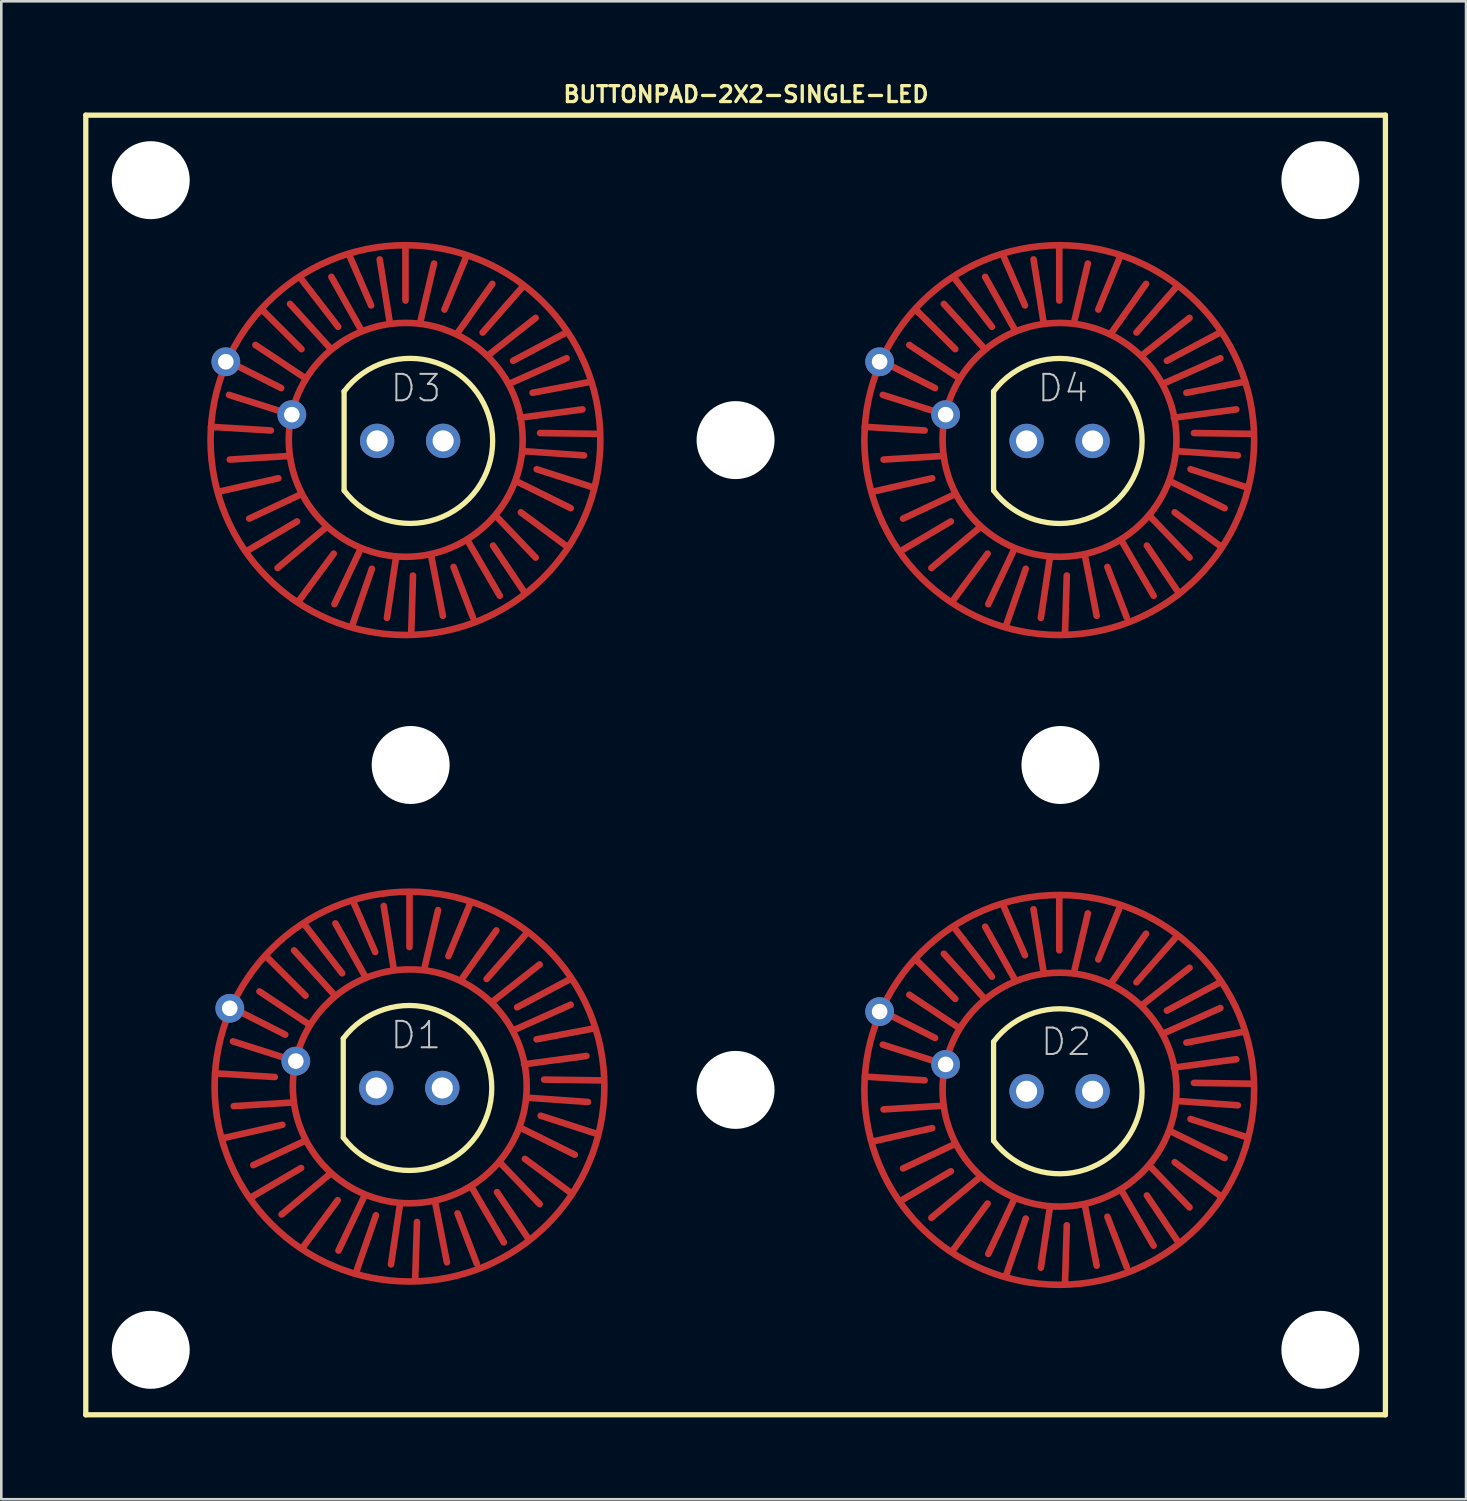
<source format=kicad_pcb>
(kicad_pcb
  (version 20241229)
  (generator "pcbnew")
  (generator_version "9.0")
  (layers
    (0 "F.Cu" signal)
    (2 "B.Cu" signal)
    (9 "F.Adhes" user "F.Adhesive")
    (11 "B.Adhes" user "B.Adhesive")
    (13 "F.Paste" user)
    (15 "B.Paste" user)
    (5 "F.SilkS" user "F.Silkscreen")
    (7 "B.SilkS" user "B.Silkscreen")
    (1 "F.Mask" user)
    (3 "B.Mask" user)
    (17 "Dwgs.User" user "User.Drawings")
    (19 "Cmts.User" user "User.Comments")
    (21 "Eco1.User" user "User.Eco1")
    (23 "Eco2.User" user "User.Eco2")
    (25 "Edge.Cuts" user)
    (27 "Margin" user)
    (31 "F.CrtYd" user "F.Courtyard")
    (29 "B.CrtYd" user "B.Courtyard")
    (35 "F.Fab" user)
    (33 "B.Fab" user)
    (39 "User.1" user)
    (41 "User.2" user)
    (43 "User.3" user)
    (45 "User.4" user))
  (footprint "BUTTONPAD-2X2-SINGLE-LED"
    (layer "F.Cu")
    (at 0.25 51.38)
    (property "Reference" "BUTTONPAD-2X2-SINGLE-LED" (at 25.4 -50.8 0) (layer "F.SilkS") (effects (font (size 0.61 0.61) (thickness 0.127))))
    (attr exclude_from_pos_files exclude_from_bom)
    (fp_line (start 4.818 -38.009) (end 7.12 -37.869) (stroke (width 0.254) (type solid)) (layer "F.Cu"))
    (fp_line (start 4.973 -13.137) (end 7.272 -12.995) (stroke (width 0.254) (type solid)) (layer "F.Cu"))
    (fp_line (start 5.138 -35.519) (end 7.409 -36.03) (stroke (width 0.254) (type solid)) (layer "F.Cu"))
    (fp_line (start 5.293 -10.645) (end 7.562 -11.156) (stroke (width 0.254) (type solid)) (layer "F.Cu"))
    (fp_line (start 5.458 -40.538) (end 7.518 -39.5) (stroke (width 0.254) (type solid)) (layer "F.Cu"))
    (fp_line (start 5.613 -15.667) (end 7.673 -14.625) (stroke (width 0.254) (type solid)) (layer "F.Cu"))
    (fp_line (start 6.228 -33.249) (end 8.128 -34.369) (stroke (width 0.254) (type solid)) (layer "F.Cu"))
    (fp_line (start 6.383 -8.377) (end 8.283 -9.495) (stroke (width 0.254) (type solid)) (layer "F.Cu"))
    (fp_line (start 6.8 -42.499) (end 8.298 -40.998) (stroke (width 0.254) (type solid)) (layer "F.Cu"))
    (fp_line (start 6.952 -17.625) (end 8.453 -16.126) (stroke (width 0.254) (type solid)) (layer "F.Cu"))
    (fp_line (start 7.838 -38.499) (end 5.509 -39.238) (stroke (width 0.254) (type solid)) (layer "F.Cu"))
    (fp_line (start 7.838 -36.888) (end 5.54 -36.749) (stroke (width 0.254) (type solid)) (layer "F.Cu"))
    (fp_line (start 7.993 -13.625) (end 5.662 -14.366) (stroke (width 0.254) (type solid)) (layer "F.Cu"))
    (fp_line (start 7.993 -12.017) (end 5.692 -11.874) (stroke (width 0.254) (type solid)) (layer "F.Cu"))
    (fp_line (start 8.209 -31.328) (end 9.538 -33.129) (stroke (width 0.254) (type solid)) (layer "F.Cu"))
    (fp_line (start 8.288 -43.698) (end 9.708 -41.859) (stroke (width 0.254) (type solid)) (layer "F.Cu"))
    (fp_line (start 8.288 -35.418) (end 6.289 -34.478) (stroke (width 0.254) (type solid)) (layer "F.Cu"))
    (fp_line (start 8.362 -6.457) (end 9.693 -8.255) (stroke (width 0.254) (type solid)) (layer "F.Cu"))
    (fp_line (start 8.443 -18.826) (end 9.863 -16.985) (stroke (width 0.254) (type solid)) (layer "F.Cu"))
    (fp_line (start 8.443 -10.546) (end 6.444 -9.606) (stroke (width 0.254) (type solid)) (layer "F.Cu"))
    (fp_line (start 8.448 -39.878) (end 6.528 -41.158) (stroke (width 0.254) (type solid)) (layer "F.Cu"))
    (fp_line (start 8.603 -15.006) (end 6.683 -16.286) (stroke (width 0.254) (type solid)) (layer "F.Cu"))
    (fp_line (start 9.228 -34.13) (end 7.379 -32.578) (stroke (width 0.254) (type solid)) (layer "F.Cu"))
    (fp_line (start 9.383 -9.256) (end 7.534 -7.706) (stroke (width 0.254) (type solid)) (layer "F.Cu"))
    (fp_line (start 9.388 -41.049) (end 7.859 -42.738) (stroke (width 0.254) (type solid)) (layer "F.Cu"))
    (fp_line (start 9.543 -16.175) (end 8.014 -17.866) (stroke (width 0.254) (type solid)) (layer "F.Cu"))
    (fp_line (start 10.14 -44.607) (end 10.978 -42.68) (stroke (width 0.254) (type solid)) (layer "F.Cu"))
    (fp_line (start 10.269 -30.419) (end 11.008 -32.548) (stroke (width 0.254) (type solid)) (layer "F.Cu"))
    (fp_line (start 10.292 -19.736) (end 11.133 -17.805) (stroke (width 0.254) (type solid)) (layer "F.Cu"))
    (fp_line (start 10.422 -5.545) (end 11.163 -7.676) (stroke (width 0.254) (type solid)) (layer "F.Cu"))
    (fp_line (start 10.559 -41.798) (end 9.449 -43.779) (stroke (width 0.254) (type solid)) (layer "F.Cu"))
    (fp_line (start 10.559 -33.279) (end 9.568 -31.189) (stroke (width 0.254) (type solid)) (layer "F.Cu"))
    (fp_line (start 10.714 -16.927) (end 9.604 -18.905) (stroke (width 0.254) (type solid)) (layer "F.Cu"))
    (fp_line (start 10.714 -8.405) (end 9.723 -6.317) (stroke (width 0.254) (type solid)) (layer "F.Cu"))
    (fp_line (start 11.689 -42.067) (end 11.308 -44.45) (stroke (width 0.254) (type solid)) (layer "F.Cu"))
    (fp_line (start 11.841 -17.196) (end 11.463 -19.576) (stroke (width 0.254) (type solid)) (layer "F.Cu"))
    (fp_line (start 11.928 -32.929) (end 11.587 -30.658) (stroke (width 0.254) (type solid)) (layer "F.Cu"))
    (fp_line (start 12.083 -8.057) (end 11.742 -5.786) (stroke (width 0.254) (type solid)) (layer "F.Cu"))
    (fp_line (start 12.299 -44.958) (end 12.299 -42.868) (stroke (width 0.254) (type solid)) (layer "F.Cu"))
    (fp_line (start 12.454 -20.086) (end 12.454 -17.996) (stroke (width 0.254) (type solid)) (layer "F.Cu"))
    (fp_line (start 12.52 -30.058) (end 12.588 -32.288) (stroke (width 0.254) (type solid)) (layer "F.Cu"))
    (fp_line (start 12.672 -5.187) (end 12.743 -7.417) (stroke (width 0.254) (type solid)) (layer "F.Cu"))
    (fp_line (start 12.888 -42.118) (end 13.399 -44.29) (stroke (width 0.254) (type solid)) (layer "F.Cu"))
    (fp_line (start 13.043 -17.247) (end 13.553 -19.416) (stroke (width 0.254) (type solid)) (layer "F.Cu"))
    (fp_line (start 13.289 -33.038) (end 13.739 -30.739) (stroke (width 0.254) (type solid)) (layer "F.Cu"))
    (fp_line (start 13.442 -8.166) (end 13.894 -5.865) (stroke (width 0.254) (type solid)) (layer "F.Cu"))
    (fp_line (start 14.28 -41.59) (end 15.639 -43.508) (stroke (width 0.254) (type solid)) (layer "F.Cu"))
    (fp_line (start 14.432 -16.716) (end 15.794 -18.636) (stroke (width 0.254) (type solid)) (layer "F.Cu"))
    (fp_line (start 14.628 -44.529) (end 13.8 -42.52) (stroke (width 0.254) (type solid)) (layer "F.Cu"))
    (fp_line (start 14.709 -33.599) (end 15.928 -31.509) (stroke (width 0.254) (type solid)) (layer "F.Cu"))
    (fp_line (start 14.783 -19.655) (end 13.952 -17.645) (stroke (width 0.254) (type solid)) (layer "F.Cu"))
    (fp_line (start 14.862 -8.725) (end 16.083 -6.634) (stroke (width 0.254) (type solid)) (layer "F.Cu"))
    (fp_line (start 14.889 -30.688) (end 14.148 -32.619) (stroke (width 0.254) (type solid)) (layer "F.Cu"))
    (fp_line (start 15.042 -5.817) (end 14.303 -7.747) (stroke (width 0.254) (type solid)) (layer "F.Cu"))
    (fp_line (start 15.479 -40.759) (end 17.308 -42.2) (stroke (width 0.254) (type solid)) (layer "F.Cu"))
    (fp_line (start 15.634 -15.885) (end 17.462 -17.325) (stroke (width 0.254) (type solid)) (layer "F.Cu"))
    (fp_line (start 15.799 -34.559) (end 17.308 -32.979) (stroke (width 0.254) (type solid)) (layer "F.Cu"))
    (fp_line (start 15.954 -9.685) (end 17.462 -8.105) (stroke (width 0.254) (type solid)) (layer "F.Cu"))
    (fp_line (start 16.279 -39.66) (end 18.499 -40.648) (stroke (width 0.254) (type solid)) (layer "F.Cu"))
    (fp_line (start 16.434 -14.785) (end 18.654 -15.776) (stroke (width 0.254) (type solid)) (layer "F.Cu"))
    (fp_line (start 16.599 -35.898) (end 18.659 -34.879) (stroke (width 0.254) (type solid)) (layer "F.Cu"))
    (fp_line (start 16.708 -38.359) (end 19.108 -38.679) (stroke (width 0.254) (type solid)) (layer "F.Cu"))
    (fp_line (start 16.754 -11.026) (end 18.814 -10.005) (stroke (width 0.254) (type solid)) (layer "F.Cu"))
    (fp_line (start 16.82 -43.409) (end 15.268 -41.638) (stroke (width 0.254) (type solid)) (layer "F.Cu"))
    (fp_line (start 16.838 -31.699) (end 15.669 -33.439) (stroke (width 0.254) (type solid)) (layer "F.Cu"))
    (fp_line (start 16.863 -13.485) (end 19.263 -13.805) (stroke (width 0.254) (type solid)) (layer "F.Cu"))
    (fp_line (start 16.899 -37.069) (end 19.169 -36.909) (stroke (width 0.254) (type solid)) (layer "F.Cu"))
    (fp_line (start 16.972 -18.537) (end 15.423 -16.767) (stroke (width 0.254) (type solid)) (layer "F.Cu"))
    (fp_line (start 16.993 -6.825) (end 15.822 -8.565) (stroke (width 0.254) (type solid)) (layer "F.Cu"))
    (fp_line (start 17.054 -12.195) (end 19.322 -12.035) (stroke (width 0.254) (type solid)) (layer "F.Cu"))
    (fp_line (start 18.448 -41.618) (end 16.439 -40.549) (stroke (width 0.254) (type solid)) (layer "F.Cu"))
    (fp_line (start 18.468 -33.439) (end 16.739 -34.719) (stroke (width 0.254) (type solid)) (layer "F.Cu"))
    (fp_line (start 18.603 -16.746) (end 16.594 -15.677) (stroke (width 0.254) (type solid)) (layer "F.Cu"))
    (fp_line (start 18.623 -8.565) (end 16.894 -9.845) (stroke (width 0.254) (type solid)) (layer "F.Cu"))
    (fp_line (start 19.408 -39.738) (end 17.188 -39.319) (stroke (width 0.254) (type solid)) (layer "F.Cu"))
    (fp_line (start 19.52 -35.679) (end 17.348 -36.378) (stroke (width 0.254) (type solid)) (layer "F.Cu"))
    (fp_line (start 19.563 -14.867) (end 17.343 -14.445) (stroke (width 0.254) (type solid)) (layer "F.Cu"))
    (fp_line (start 19.672 -10.805) (end 17.503 -11.506) (stroke (width 0.254) (type solid)) (layer "F.Cu"))
    (fp_line (start 19.68 -37.739) (end 17.478 -37.77) (stroke (width 0.254) (type solid)) (layer "F.Cu"))
    (fp_line (start 19.832 -12.865) (end 17.633 -12.896) (stroke (width 0.254) (type solid)) (layer "F.Cu"))
    (fp_line (start 29.972 -38.009) (end 32.273 -37.869) (stroke (width 0.254) (type solid)) (layer "F.Cu"))
    (fp_line (start 29.972 -13.01) (end 32.273 -12.868) (stroke (width 0.254) (type solid)) (layer "F.Cu"))
    (fp_line (start 30.292 -35.519) (end 32.563 -36.03) (stroke (width 0.254) (type solid)) (layer "F.Cu"))
    (fp_line (start 30.292 -10.518) (end 32.563 -11.029) (stroke (width 0.254) (type solid)) (layer "F.Cu"))
    (fp_line (start 30.612 -40.538) (end 32.672 -39.5) (stroke (width 0.254) (type solid)) (layer "F.Cu"))
    (fp_line (start 30.612 -15.54) (end 32.672 -14.498) (stroke (width 0.254) (type solid)) (layer "F.Cu"))
    (fp_line (start 31.382 -33.249) (end 33.282 -34.369) (stroke (width 0.254) (type solid)) (layer "F.Cu"))
    (fp_line (start 31.382 -8.25) (end 33.282 -9.368) (stroke (width 0.254) (type solid)) (layer "F.Cu"))
    (fp_line (start 31.953 -42.499) (end 33.452 -40.998) (stroke (width 0.254) (type solid)) (layer "F.Cu"))
    (fp_line (start 31.953 -17.498) (end 33.452 -15.999) (stroke (width 0.254) (type solid)) (layer "F.Cu"))
    (fp_line (start 32.992 -38.499) (end 30.663 -39.238) (stroke (width 0.254) (type solid)) (layer "F.Cu"))
    (fp_line (start 32.992 -36.888) (end 30.693 -36.749) (stroke (width 0.254) (type solid)) (layer "F.Cu"))
    (fp_line (start 32.992 -13.498) (end 30.663 -14.239) (stroke (width 0.254) (type solid)) (layer "F.Cu"))
    (fp_line (start 32.992 -11.89) (end 30.693 -11.748) (stroke (width 0.254) (type solid)) (layer "F.Cu"))
    (fp_line (start 33.363 -31.328) (end 34.694 -33.129) (stroke (width 0.254) (type solid)) (layer "F.Cu"))
    (fp_line (start 33.363 -6.33) (end 34.694 -8.128) (stroke (width 0.254) (type solid)) (layer "F.Cu"))
    (fp_line (start 33.442 -43.698) (end 34.861 -41.859) (stroke (width 0.254) (type solid)) (layer "F.Cu"))
    (fp_line (start 33.442 -35.418) (end 31.443 -34.478) (stroke (width 0.254) (type solid)) (layer "F.Cu"))
    (fp_line (start 33.442 -18.699) (end 34.861 -16.858) (stroke (width 0.254) (type solid)) (layer "F.Cu"))
    (fp_line (start 33.442 -10.419) (end 31.443 -9.479) (stroke (width 0.254) (type solid)) (layer "F.Cu"))
    (fp_line (start 33.602 -39.878) (end 31.684 -41.158) (stroke (width 0.254) (type solid)) (layer "F.Cu"))
    (fp_line (start 33.602 -14.879) (end 31.684 -16.159) (stroke (width 0.254) (type solid)) (layer "F.Cu"))
    (fp_line (start 34.384 -34.13) (end 32.532 -32.578) (stroke (width 0.254) (type solid)) (layer "F.Cu"))
    (fp_line (start 34.384 -9.129) (end 32.532 -7.579) (stroke (width 0.254) (type solid)) (layer "F.Cu"))
    (fp_line (start 34.544 -41.049) (end 33.012 -42.738) (stroke (width 0.254) (type solid)) (layer "F.Cu"))
    (fp_line (start 34.544 -16.048) (end 33.012 -17.739) (stroke (width 0.254) (type solid)) (layer "F.Cu"))
    (fp_line (start 35.293 -44.607) (end 36.132 -42.68) (stroke (width 0.254) (type solid)) (layer "F.Cu"))
    (fp_line (start 35.293 -19.609) (end 36.132 -17.678) (stroke (width 0.254) (type solid)) (layer "F.Cu"))
    (fp_line (start 35.423 -30.419) (end 36.162 -32.548) (stroke (width 0.254) (type solid)) (layer "F.Cu"))
    (fp_line (start 35.423 -5.418) (end 36.162 -7.549) (stroke (width 0.254) (type solid)) (layer "F.Cu"))
    (fp_line (start 35.712 -41.798) (end 34.602 -43.779) (stroke (width 0.254) (type solid)) (layer "F.Cu"))
    (fp_line (start 35.712 -33.279) (end 34.722 -31.189) (stroke (width 0.254) (type solid)) (layer "F.Cu"))
    (fp_line (start 35.712 -16.8) (end 34.602 -18.778) (stroke (width 0.254) (type solid)) (layer "F.Cu"))
    (fp_line (start 35.712 -8.278) (end 34.722 -6.19) (stroke (width 0.254) (type solid)) (layer "F.Cu"))
    (fp_line (start 36.843 -42.067) (end 36.462 -44.45) (stroke (width 0.254) (type solid)) (layer "F.Cu"))
    (fp_line (start 36.843 -17.069) (end 36.462 -19.449) (stroke (width 0.254) (type solid)) (layer "F.Cu"))
    (fp_line (start 37.084 -32.929) (end 36.744 -30.658) (stroke (width 0.254) (type solid)) (layer "F.Cu"))
    (fp_line (start 37.084 -7.93) (end 36.744 -5.659) (stroke (width 0.254) (type solid)) (layer "F.Cu"))
    (fp_line (start 37.452 -44.958) (end 37.452 -42.868) (stroke (width 0.254) (type solid)) (layer "F.Cu"))
    (fp_line (start 37.452 -19.959) (end 37.452 -17.869) (stroke (width 0.254) (type solid)) (layer "F.Cu"))
    (fp_line (start 37.673 -30.058) (end 37.742 -32.288) (stroke (width 0.254) (type solid)) (layer "F.Cu"))
    (fp_line (start 37.673 -5.06) (end 37.742 -7.29) (stroke (width 0.254) (type solid)) (layer "F.Cu"))
    (fp_line (start 38.042 -42.118) (end 38.552 -44.29) (stroke (width 0.254) (type solid)) (layer "F.Cu"))
    (fp_line (start 38.042 -17.12) (end 38.552 -19.289) (stroke (width 0.254) (type solid)) (layer "F.Cu"))
    (fp_line (start 38.443 -33.038) (end 38.892 -30.739) (stroke (width 0.254) (type solid)) (layer "F.Cu"))
    (fp_line (start 38.443 -8.039) (end 38.892 -5.738) (stroke (width 0.254) (type solid)) (layer "F.Cu"))
    (fp_line (start 39.434 -41.59) (end 40.792 -43.508) (stroke (width 0.254) (type solid)) (layer "F.Cu"))
    (fp_line (start 39.434 -16.589) (end 40.792 -18.509) (stroke (width 0.254) (type solid)) (layer "F.Cu"))
    (fp_line (start 39.781 -44.529) (end 38.953 -42.52) (stroke (width 0.254) (type solid)) (layer "F.Cu"))
    (fp_line (start 39.781 -19.528) (end 38.953 -17.518) (stroke (width 0.254) (type solid)) (layer "F.Cu"))
    (fp_line (start 39.863 -33.599) (end 41.082 -31.509) (stroke (width 0.254) (type solid)) (layer "F.Cu"))
    (fp_line (start 39.863 -8.598) (end 41.082 -6.507) (stroke (width 0.254) (type solid)) (layer "F.Cu"))
    (fp_line (start 40.043 -30.688) (end 39.304 -32.619) (stroke (width 0.254) (type solid)) (layer "F.Cu"))
    (fp_line (start 40.043 -5.69) (end 39.304 -7.62) (stroke (width 0.254) (type solid)) (layer "F.Cu"))
    (fp_line (start 40.632 -40.759) (end 42.464 -42.2) (stroke (width 0.254) (type solid)) (layer "F.Cu"))
    (fp_line (start 40.632 -15.758) (end 42.464 -17.198) (stroke (width 0.254) (type solid)) (layer "F.Cu"))
    (fp_line (start 40.952 -34.559) (end 42.464 -32.979) (stroke (width 0.254) (type solid)) (layer "F.Cu"))
    (fp_line (start 40.952 -9.558) (end 42.464 -7.978) (stroke (width 0.254) (type solid)) (layer "F.Cu"))
    (fp_line (start 41.432 -39.66) (end 43.652 -40.648) (stroke (width 0.254) (type solid)) (layer "F.Cu"))
    (fp_line (start 41.432 -14.658) (end 43.652 -15.649) (stroke (width 0.254) (type solid)) (layer "F.Cu"))
    (fp_line (start 41.753 -35.898) (end 43.812 -34.879) (stroke (width 0.254) (type solid)) (layer "F.Cu"))
    (fp_line (start 41.753 -10.899) (end 43.812 -9.878) (stroke (width 0.254) (type solid)) (layer "F.Cu"))
    (fp_line (start 41.862 -38.359) (end 44.262 -38.679) (stroke (width 0.254) (type solid)) (layer "F.Cu"))
    (fp_line (start 41.862 -13.358) (end 44.262 -13.678) (stroke (width 0.254) (type solid)) (layer "F.Cu"))
    (fp_line (start 41.974 -43.409) (end 40.422 -41.638) (stroke (width 0.254) (type solid)) (layer "F.Cu"))
    (fp_line (start 41.974 -18.41) (end 40.422 -16.64) (stroke (width 0.254) (type solid)) (layer "F.Cu"))
    (fp_line (start 41.994 -31.699) (end 40.823 -33.439) (stroke (width 0.254) (type solid)) (layer "F.Cu"))
    (fp_line (start 41.994 -6.698) (end 40.823 -8.438) (stroke (width 0.254) (type solid)) (layer "F.Cu"))
    (fp_line (start 42.052 -37.069) (end 44.323 -36.909) (stroke (width 0.254) (type solid)) (layer "F.Cu"))
    (fp_line (start 42.052 -12.068) (end 44.323 -11.908) (stroke (width 0.254) (type solid)) (layer "F.Cu"))
    (fp_line (start 43.602 -41.618) (end 41.593 -40.549) (stroke (width 0.254) (type solid)) (layer "F.Cu"))
    (fp_line (start 43.602 -16.619) (end 41.593 -15.55) (stroke (width 0.254) (type solid)) (layer "F.Cu"))
    (fp_line (start 43.622 -33.439) (end 41.892 -34.719) (stroke (width 0.254) (type solid)) (layer "F.Cu"))
    (fp_line (start 43.622 -8.438) (end 41.892 -9.718) (stroke (width 0.254) (type solid)) (layer "F.Cu"))
    (fp_line (start 44.562 -39.738) (end 42.342 -39.319) (stroke (width 0.254) (type solid)) (layer "F.Cu"))
    (fp_line (start 44.562 -14.74) (end 42.342 -14.318) (stroke (width 0.254) (type solid)) (layer "F.Cu"))
    (fp_line (start 44.674 -35.679) (end 42.502 -36.378) (stroke (width 0.254) (type solid)) (layer "F.Cu"))
    (fp_line (start 44.674 -10.678) (end 42.502 -11.379) (stroke (width 0.254) (type solid)) (layer "F.Cu"))
    (fp_line (start 44.834 -37.739) (end 42.634 -37.77) (stroke (width 0.254) (type solid)) (layer "F.Cu"))
    (fp_line (start 44.834 -12.738) (end 42.634 -12.769) (stroke (width 0.254) (type solid)) (layer "F.Cu"))
    (fp_circle (center 12.299 -37.498) (end 12.299 -44.996) (stroke (width 0.254) (type solid)) (fill no) (layer "F.Cu"))
    (fp_circle (center 12.309 -37.508) (end 12.309 -42.007) (stroke (width 0.254) (type solid)) (fill no) (layer "F.Cu"))
    (fp_circle (center 12.454 -12.626) (end 12.454 -20.124) (stroke (width 0.254) (type solid)) (fill no) (layer "F.Cu"))
    (fp_circle (center 12.464 -12.636) (end 12.464 -17.135) (stroke (width 0.254) (type solid)) (fill no) (layer "F.Cu"))
    (fp_circle (center 37.452 -37.498) (end 37.452 -44.996) (stroke (width 0.254) (type solid)) (fill no) (layer "F.Cu"))
    (fp_circle (center 37.452 -12.499) (end 37.452 -19.997) (stroke (width 0.254) (type solid)) (fill no) (layer "F.Cu"))
    (fp_circle (center 37.462 -37.508) (end 37.462 -42.007) (stroke (width 0.254) (type solid)) (fill no) (layer "F.Cu"))
    (fp_circle (center 37.462 -12.509) (end 37.462 -17.008) (stroke (width 0.254) (type solid)) (fill no) (layer "F.Cu"))
    (fp_line (start 4.829 -38.009) (end 7.12 -37.869) (stroke (width 0.254) (type solid)) (layer "F.Mask"))
    (fp_line (start 4.983 -13.137) (end 7.272 -12.995) (stroke (width 0.254) (type solid)) (layer "F.Mask"))
    (fp_line (start 5.458 -40.528) (end 7.518 -39.5) (stroke (width 0.254) (type solid)) (layer "F.Mask"))
    (fp_line (start 5.509 -39.238) (end 7.879 -38.478) (stroke (width 0.254) (type solid)) (layer "F.Mask"))
    (fp_line (start 5.54 -36.749) (end 7.838 -36.899) (stroke (width 0.254) (type solid)) (layer "F.Mask"))
    (fp_line (start 5.613 -15.657) (end 7.673 -14.625) (stroke (width 0.254) (type solid)) (layer "F.Mask"))
    (fp_line (start 5.662 -14.366) (end 8.031 -13.607) (stroke (width 0.254) (type solid)) (layer "F.Mask"))
    (fp_line (start 5.692 -11.874) (end 7.993 -12.027) (stroke (width 0.254) (type solid)) (layer "F.Mask"))
    (fp_line (start 6.18 -33.218) (end 8.128 -34.369) (stroke (width 0.254) (type solid)) (layer "F.Mask"))
    (fp_line (start 6.289 -34.478) (end 8.288 -35.418) (stroke (width 0.254) (type solid)) (layer "F.Mask"))
    (fp_line (start 6.332 -8.346) (end 8.283 -9.495) (stroke (width 0.254) (type solid)) (layer "F.Mask"))
    (fp_line (start 6.444 -9.606) (end 8.443 -10.546) (stroke (width 0.254) (type solid)) (layer "F.Mask"))
    (fp_line (start 6.528 -41.158) (end 8.39 -39.929) (stroke (width 0.254) (type solid)) (layer "F.Mask"))
    (fp_line (start 6.683 -16.286) (end 8.542 -15.055) (stroke (width 0.254) (type solid)) (layer "F.Mask"))
    (fp_line (start 6.779 -42.509) (end 8.298 -40.998) (stroke (width 0.254) (type solid)) (layer "F.Mask"))
    (fp_line (start 6.932 -17.635) (end 8.453 -16.126) (stroke (width 0.254) (type solid)) (layer "F.Mask"))
    (fp_line (start 7.409 -36.03) (end 5.128 -35.519) (stroke (width 0.254) (type solid)) (layer "F.Mask"))
    (fp_line (start 7.562 -11.156) (end 5.283 -10.645) (stroke (width 0.254) (type solid)) (layer "F.Mask"))
    (fp_line (start 7.859 -42.738) (end 9.418 -41.018) (stroke (width 0.254) (type solid)) (layer "F.Mask"))
    (fp_line (start 8.014 -17.866) (end 9.573 -16.147) (stroke (width 0.254) (type solid)) (layer "F.Mask"))
    (fp_line (start 8.258 -43.739) (end 9.708 -41.859) (stroke (width 0.254) (type solid)) (layer "F.Mask"))
    (fp_line (start 8.412 -18.865) (end 9.863 -16.985) (stroke (width 0.254) (type solid)) (layer "F.Mask"))
    (fp_line (start 9.248 -34.158) (end 7.379 -32.578) (stroke (width 0.254) (type solid)) (layer "F.Mask"))
    (fp_line (start 9.403 -9.286) (end 7.534 -7.706) (stroke (width 0.254) (type solid)) (layer "F.Mask"))
    (fp_line (start 9.449 -43.779) (end 10.559 -41.798) (stroke (width 0.254) (type solid)) (layer "F.Mask"))
    (fp_line (start 9.538 -33.129) (end 8.199 -31.278) (stroke (width 0.254) (type solid)) (layer "F.Mask"))
    (fp_line (start 9.558 -31.189) (end 10.549 -33.249) (stroke (width 0.254) (type solid)) (layer "F.Mask"))
    (fp_line (start 9.604 -18.905) (end 10.714 -16.927) (stroke (width 0.254) (type solid)) (layer "F.Mask"))
    (fp_line (start 9.693 -8.255) (end 8.352 -6.406) (stroke (width 0.254) (type solid)) (layer "F.Mask"))
    (fp_line (start 9.713 -6.317) (end 10.704 -8.377) (stroke (width 0.254) (type solid)) (layer "F.Mask"))
    (fp_line (start 10.978 -42.68) (end 10.119 -44.648) (stroke (width 0.254) (type solid)) (layer "F.Mask"))
    (fp_line (start 11.008 -32.548) (end 10.249 -30.368) (stroke (width 0.254) (type solid)) (layer "F.Mask"))
    (fp_line (start 11.133 -17.805) (end 10.272 -19.776) (stroke (width 0.254) (type solid)) (layer "F.Mask"))
    (fp_line (start 11.163 -7.676) (end 10.404 -5.497) (stroke (width 0.254) (type solid)) (layer "F.Mask"))
    (fp_line (start 11.587 -30.658) (end 11.938 -32.99) (stroke (width 0.254) (type solid)) (layer "F.Mask"))
    (fp_line (start 11.72 -41.979) (end 11.308 -44.45) (stroke (width 0.254) (type solid)) (layer "F.Mask"))
    (fp_line (start 11.742 -5.786) (end 12.093 -8.115) (stroke (width 0.254) (type solid)) (layer "F.Mask"))
    (fp_line (start 11.872 -17.107) (end 11.463 -19.576) (stroke (width 0.254) (type solid)) (layer "F.Mask"))
    (fp_line (start 12.299 -42.868) (end 12.299 -44.988) (stroke (width 0.254) (type solid)) (layer "F.Mask"))
    (fp_line (start 12.454 -17.996) (end 12.454 -20.117) (stroke (width 0.254) (type solid)) (layer "F.Mask"))
    (fp_line (start 12.588 -32.288) (end 12.52 -30.058) (stroke (width 0.254) (type solid)) (layer "F.Mask"))
    (fp_line (start 12.743 -7.417) (end 12.672 -5.187) (stroke (width 0.254) (type solid)) (layer "F.Mask"))
    (fp_line (start 12.857 -42.009) (end 13.399 -44.29) (stroke (width 0.254) (type solid)) (layer "F.Mask"))
    (fp_line (start 13.012 -17.135) (end 13.553 -19.416) (stroke (width 0.254) (type solid)) (layer "F.Mask"))
    (fp_line (start 13.739 -30.739) (end 13.279 -33.089) (stroke (width 0.254) (type solid)) (layer "F.Mask"))
    (fp_line (start 13.8 -42.52) (end 14.638 -44.539) (stroke (width 0.254) (type solid)) (layer "F.Mask"))
    (fp_line (start 13.894 -5.865) (end 13.432 -8.217) (stroke (width 0.254) (type solid)) (layer "F.Mask"))
    (fp_line (start 13.952 -17.645) (end 14.793 -19.665) (stroke (width 0.254) (type solid)) (layer "F.Mask"))
    (fp_line (start 14.148 -32.619) (end 14.928 -30.569) (stroke (width 0.254) (type solid)) (layer "F.Mask"))
    (fp_line (start 14.298 -41.598) (end 15.639 -43.508) (stroke (width 0.254) (type solid)) (layer "F.Mask"))
    (fp_line (start 14.303 -7.747) (end 15.083 -5.695) (stroke (width 0.254) (type solid)) (layer "F.Mask"))
    (fp_line (start 14.453 -16.726) (end 15.794 -18.636) (stroke (width 0.254) (type solid)) (layer "F.Mask"))
    (fp_line (start 15.489 -40.77) (end 17.308 -42.2) (stroke (width 0.254) (type solid)) (layer "F.Mask"))
    (fp_line (start 15.644 -15.895) (end 17.462 -17.325) (stroke (width 0.254) (type solid)) (layer "F.Mask"))
    (fp_line (start 15.669 -33.439) (end 16.868 -31.659) (stroke (width 0.254) (type solid)) (layer "F.Mask"))
    (fp_line (start 15.758 -34.6) (end 17.308 -32.979) (stroke (width 0.254) (type solid)) (layer "F.Mask"))
    (fp_line (start 15.822 -8.565) (end 17.023 -6.787) (stroke (width 0.254) (type solid)) (layer "F.Mask"))
    (fp_line (start 15.913 -9.726) (end 17.462 -8.105) (stroke (width 0.254) (type solid)) (layer "F.Mask"))
    (fp_line (start 15.928 -31.519) (end 14.679 -33.658) (stroke (width 0.254) (type solid)) (layer "F.Mask"))
    (fp_line (start 16.083 -6.645) (end 14.834 -8.786) (stroke (width 0.254) (type solid)) (layer "F.Mask"))
    (fp_line (start 16.33 -39.68) (end 18.499 -40.648) (stroke (width 0.254) (type solid)) (layer "F.Mask"))
    (fp_line (start 16.439 -40.549) (end 18.468 -41.638) (stroke (width 0.254) (type solid)) (layer "F.Mask"))
    (fp_line (start 16.482 -14.806) (end 18.654 -15.776) (stroke (width 0.254) (type solid)) (layer "F.Mask"))
    (fp_line (start 16.528 -35.928) (end 18.659 -34.879) (stroke (width 0.254) (type solid)) (layer "F.Mask"))
    (fp_line (start 16.594 -15.677) (end 18.623 -16.767) (stroke (width 0.254) (type solid)) (layer "F.Mask"))
    (fp_line (start 16.683 -11.057) (end 18.814 -10.005) (stroke (width 0.254) (type solid)) (layer "F.Mask"))
    (fp_line (start 16.739 -34.719) (end 18.489 -33.419) (stroke (width 0.254) (type solid)) (layer "F.Mask"))
    (fp_line (start 16.769 -38.359) (end 19.108 -38.679) (stroke (width 0.254) (type solid)) (layer "F.Mask"))
    (fp_line (start 16.81 -37.069) (end 19.169 -36.909) (stroke (width 0.254) (type solid)) (layer "F.Mask"))
    (fp_line (start 16.828 -43.419) (end 15.268 -41.638) (stroke (width 0.254) (type solid)) (layer "F.Mask"))
    (fp_line (start 16.894 -9.845) (end 18.644 -8.545) (stroke (width 0.254) (type solid)) (layer "F.Mask"))
    (fp_line (start 16.921 -13.485) (end 19.263 -13.805) (stroke (width 0.254) (type solid)) (layer "F.Mask"))
    (fp_line (start 16.962 -12.195) (end 19.322 -12.035) (stroke (width 0.254) (type solid)) (layer "F.Mask"))
    (fp_line (start 16.982 -18.545) (end 15.423 -16.767) (stroke (width 0.254) (type solid)) (layer "F.Mask"))
    (fp_line (start 17.188 -39.319) (end 19.428 -39.738) (stroke (width 0.254) (type solid)) (layer "F.Mask"))
    (fp_line (start 17.343 -14.445) (end 19.583 -14.867) (stroke (width 0.254) (type solid)) (layer "F.Mask"))
    (fp_line (start 17.348 -36.378) (end 19.469 -35.7) (stroke (width 0.254) (type solid)) (layer "F.Mask"))
    (fp_line (start 17.468 -37.77) (end 19.759 -37.739) (stroke (width 0.254) (type solid)) (layer "F.Mask"))
    (fp_line (start 17.503 -11.506) (end 19.622 -10.825) (stroke (width 0.254) (type solid)) (layer "F.Mask"))
    (fp_line (start 17.623 -12.896) (end 19.914 -12.865) (stroke (width 0.254) (type solid)) (layer "F.Mask"))
    (fp_line (start 29.982 -38.009) (end 32.273 -37.869) (stroke (width 0.254) (type solid)) (layer "F.Mask"))
    (fp_line (start 29.982 -13.01) (end 32.273 -12.868) (stroke (width 0.254) (type solid)) (layer "F.Mask"))
    (fp_line (start 30.612 -40.528) (end 32.672 -39.5) (stroke (width 0.254) (type solid)) (layer "F.Mask"))
    (fp_line (start 30.612 -15.53) (end 32.672 -14.498) (stroke (width 0.254) (type solid)) (layer "F.Mask"))
    (fp_line (start 30.663 -39.238) (end 33.033 -38.478) (stroke (width 0.254) (type solid)) (layer "F.Mask"))
    (fp_line (start 30.663 -14.239) (end 33.033 -13.48) (stroke (width 0.254) (type solid)) (layer "F.Mask"))
    (fp_line (start 30.693 -36.749) (end 32.992 -36.899) (stroke (width 0.254) (type solid)) (layer "F.Mask"))
    (fp_line (start 30.693 -11.748) (end 32.992 -11.9) (stroke (width 0.254) (type solid)) (layer "F.Mask"))
    (fp_line (start 31.333 -33.218) (end 33.282 -34.369) (stroke (width 0.254) (type solid)) (layer "F.Mask"))
    (fp_line (start 31.333 -8.219) (end 33.282 -9.368) (stroke (width 0.254) (type solid)) (layer "F.Mask"))
    (fp_line (start 31.443 -34.478) (end 33.442 -35.418) (stroke (width 0.254) (type solid)) (layer "F.Mask"))
    (fp_line (start 31.443 -9.479) (end 33.442 -10.419) (stroke (width 0.254) (type solid)) (layer "F.Mask"))
    (fp_line (start 31.684 -41.158) (end 33.543 -39.929) (stroke (width 0.254) (type solid)) (layer "F.Mask"))
    (fp_line (start 31.684 -16.159) (end 33.543 -14.928) (stroke (width 0.254) (type solid)) (layer "F.Mask"))
    (fp_line (start 31.933 -42.509) (end 33.452 -40.998) (stroke (width 0.254) (type solid)) (layer "F.Mask"))
    (fp_line (start 31.933 -17.508) (end 33.452 -15.999) (stroke (width 0.254) (type solid)) (layer "F.Mask"))
    (fp_line (start 32.563 -36.03) (end 30.282 -35.519) (stroke (width 0.254) (type solid)) (layer "F.Mask"))
    (fp_line (start 32.563 -11.029) (end 30.282 -10.518) (stroke (width 0.254) (type solid)) (layer "F.Mask"))
    (fp_line (start 33.012 -42.738) (end 34.572 -41.018) (stroke (width 0.254) (type solid)) (layer "F.Mask"))
    (fp_line (start 33.012 -17.739) (end 34.572 -16.02) (stroke (width 0.254) (type solid)) (layer "F.Mask"))
    (fp_line (start 33.414 -43.739) (end 34.861 -41.859) (stroke (width 0.254) (type solid)) (layer "F.Mask"))
    (fp_line (start 33.414 -18.738) (end 34.861 -16.858) (stroke (width 0.254) (type solid)) (layer "F.Mask"))
    (fp_line (start 34.402 -34.158) (end 32.532 -32.578) (stroke (width 0.254) (type solid)) (layer "F.Mask"))
    (fp_line (start 34.402 -9.159) (end 32.532 -7.579) (stroke (width 0.254) (type solid)) (layer "F.Mask"))
    (fp_line (start 34.602 -43.779) (end 35.712 -41.798) (stroke (width 0.254) (type solid)) (layer "F.Mask"))
    (fp_line (start 34.602 -18.778) (end 35.712 -16.8) (stroke (width 0.254) (type solid)) (layer "F.Mask"))
    (fp_line (start 34.694 -33.129) (end 33.353 -31.278) (stroke (width 0.254) (type solid)) (layer "F.Mask"))
    (fp_line (start 34.694 -8.128) (end 33.353 -6.279) (stroke (width 0.254) (type solid)) (layer "F.Mask"))
    (fp_line (start 34.712 -31.189) (end 35.702 -33.249) (stroke (width 0.254) (type solid)) (layer "F.Mask"))
    (fp_line (start 34.712 -6.19) (end 35.702 -8.25) (stroke (width 0.254) (type solid)) (layer "F.Mask"))
    (fp_line (start 36.132 -42.68) (end 35.273 -44.648) (stroke (width 0.254) (type solid)) (layer "F.Mask"))
    (fp_line (start 36.132 -17.678) (end 35.273 -19.649) (stroke (width 0.254) (type solid)) (layer "F.Mask"))
    (fp_line (start 36.162 -32.548) (end 35.403 -30.368) (stroke (width 0.254) (type solid)) (layer "F.Mask"))
    (fp_line (start 36.162 -7.549) (end 35.403 -5.37) (stroke (width 0.254) (type solid)) (layer "F.Mask"))
    (fp_line (start 36.744 -30.658) (end 37.092 -32.99) (stroke (width 0.254) (type solid)) (layer "F.Mask"))
    (fp_line (start 36.744 -5.659) (end 37.092 -7.988) (stroke (width 0.254) (type solid)) (layer "F.Mask"))
    (fp_line (start 36.873 -41.979) (end 36.462 -44.45) (stroke (width 0.254) (type solid)) (layer "F.Mask"))
    (fp_line (start 36.873 -16.98) (end 36.462 -19.449) (stroke (width 0.254) (type solid)) (layer "F.Mask"))
    (fp_line (start 37.452 -42.868) (end 37.452 -44.988) (stroke (width 0.254) (type solid)) (layer "F.Mask"))
    (fp_line (start 37.452 -17.869) (end 37.452 -19.99) (stroke (width 0.254) (type solid)) (layer "F.Mask"))
    (fp_line (start 37.742 -32.288) (end 37.673 -30.058) (stroke (width 0.254) (type solid)) (layer "F.Mask"))
    (fp_line (start 37.742 -7.29) (end 37.673 -5.06) (stroke (width 0.254) (type solid)) (layer "F.Mask"))
    (fp_line (start 38.014 -42.009) (end 38.552 -44.29) (stroke (width 0.254) (type solid)) (layer "F.Mask"))
    (fp_line (start 38.014 -17.008) (end 38.552 -19.289) (stroke (width 0.254) (type solid)) (layer "F.Mask"))
    (fp_line (start 38.892 -30.739) (end 38.433 -33.089) (stroke (width 0.254) (type solid)) (layer "F.Mask"))
    (fp_line (start 38.892 -5.738) (end 38.433 -8.09) (stroke (width 0.254) (type solid)) (layer "F.Mask"))
    (fp_line (start 38.953 -42.52) (end 39.792 -44.539) (stroke (width 0.254) (type solid)) (layer "F.Mask"))
    (fp_line (start 38.953 -17.518) (end 39.792 -19.538) (stroke (width 0.254) (type solid)) (layer "F.Mask"))
    (fp_line (start 39.304 -32.619) (end 40.084 -30.569) (stroke (width 0.254) (type solid)) (layer "F.Mask"))
    (fp_line (start 39.304 -7.62) (end 40.084 -5.568) (stroke (width 0.254) (type solid)) (layer "F.Mask"))
    (fp_line (start 39.454 -41.598) (end 40.792 -43.508) (stroke (width 0.254) (type solid)) (layer "F.Mask"))
    (fp_line (start 39.454 -16.599) (end 40.792 -18.509) (stroke (width 0.254) (type solid)) (layer "F.Mask"))
    (fp_line (start 40.643 -40.77) (end 42.464 -42.2) (stroke (width 0.254) (type solid)) (layer "F.Mask"))
    (fp_line (start 40.643 -15.768) (end 42.464 -17.198) (stroke (width 0.254) (type solid)) (layer "F.Mask"))
    (fp_line (start 40.823 -33.439) (end 42.022 -31.659) (stroke (width 0.254) (type solid)) (layer "F.Mask"))
    (fp_line (start 40.823 -8.438) (end 42.022 -6.66) (stroke (width 0.254) (type solid)) (layer "F.Mask"))
    (fp_line (start 40.912 -34.6) (end 42.464 -32.979) (stroke (width 0.254) (type solid)) (layer "F.Mask"))
    (fp_line (start 40.912 -9.599) (end 42.464 -7.978) (stroke (width 0.254) (type solid)) (layer "F.Mask"))
    (fp_line (start 41.082 -31.519) (end 39.832 -33.658) (stroke (width 0.254) (type solid)) (layer "F.Mask"))
    (fp_line (start 41.082 -6.518) (end 39.832 -8.659) (stroke (width 0.254) (type solid)) (layer "F.Mask"))
    (fp_line (start 41.483 -39.68) (end 43.652 -40.648) (stroke (width 0.254) (type solid)) (layer "F.Mask"))
    (fp_line (start 41.483 -14.679) (end 43.652 -15.649) (stroke (width 0.254) (type solid)) (layer "F.Mask"))
    (fp_line (start 41.593 -40.549) (end 43.622 -41.638) (stroke (width 0.254) (type solid)) (layer "F.Mask"))
    (fp_line (start 41.593 -15.55) (end 43.622 -16.64) (stroke (width 0.254) (type solid)) (layer "F.Mask"))
    (fp_line (start 41.684 -35.928) (end 43.812 -34.879) (stroke (width 0.254) (type solid)) (layer "F.Mask"))
    (fp_line (start 41.684 -10.93) (end 43.812 -9.878) (stroke (width 0.254) (type solid)) (layer "F.Mask"))
    (fp_line (start 41.892 -34.719) (end 43.642 -33.419) (stroke (width 0.254) (type solid)) (layer "F.Mask"))
    (fp_line (start 41.892 -9.718) (end 43.642 -8.418) (stroke (width 0.254) (type solid)) (layer "F.Mask"))
    (fp_line (start 41.923 -38.359) (end 44.262 -38.679) (stroke (width 0.254) (type solid)) (layer "F.Mask"))
    (fp_line (start 41.923 -13.358) (end 44.262 -13.678) (stroke (width 0.254) (type solid)) (layer "F.Mask"))
    (fp_line (start 41.963 -37.069) (end 44.323 -36.909) (stroke (width 0.254) (type solid)) (layer "F.Mask"))
    (fp_line (start 41.963 -12.068) (end 44.323 -11.908) (stroke (width 0.254) (type solid)) (layer "F.Mask"))
    (fp_line (start 41.984 -43.419) (end 40.422 -41.638) (stroke (width 0.254) (type solid)) (layer "F.Mask"))
    (fp_line (start 41.984 -18.418) (end 40.422 -16.64) (stroke (width 0.254) (type solid)) (layer "F.Mask"))
    (fp_line (start 42.342 -39.319) (end 44.582 -39.738) (stroke (width 0.254) (type solid)) (layer "F.Mask"))
    (fp_line (start 42.342 -14.318) (end 44.582 -14.74) (stroke (width 0.254) (type solid)) (layer "F.Mask"))
    (fp_line (start 42.502 -36.378) (end 44.623 -35.7) (stroke (width 0.254) (type solid)) (layer "F.Mask"))
    (fp_line (start 42.502 -11.379) (end 44.623 -10.698) (stroke (width 0.254) (type solid)) (layer "F.Mask"))
    (fp_line (start 42.624 -37.77) (end 44.912 -37.739) (stroke (width 0.254) (type solid)) (layer "F.Mask"))
    (fp_line (start 42.624 -12.769) (end 44.912 -12.738) (stroke (width 0.254) (type solid)) (layer "F.Mask"))
    (fp_circle (center 2.499 -47.498) (end 2.499 -49.497) (stroke (width 0.127) (type solid)) (fill no) (layer "F.Mask"))
    (fp_circle (center 2.499 -47.498) (end 2.499 -49.497) (stroke (width 0.127) (type solid)) (fill no) (layer "F.Mask"))
    (fp_circle (center 2.499 -2.499) (end 2.499 -4.498) (stroke (width 0.127) (type solid)) (fill no) (layer "F.Mask"))
    (fp_circle (center 2.499 -2.499) (end 2.499 -4.498) (stroke (width 0.127) (type solid)) (fill no) (layer "F.Mask"))
    (fp_circle (center 12.299 -37.508) (end 12.299 -42.017) (stroke (width 0.254) (type solid)) (fill no) (layer "F.Mask"))
    (fp_circle (center 12.299 -37.498) (end 12.299 -44.996) (stroke (width 0.254) (type solid)) (fill no) (layer "F.Mask"))
    (fp_circle (center 12.454 -12.636) (end 12.454 -17.145) (stroke (width 0.254) (type solid)) (fill no) (layer "F.Mask"))
    (fp_circle (center 12.454 -12.626) (end 12.454 -20.124) (stroke (width 0.254) (type solid)) (fill no) (layer "F.Mask"))
    (fp_circle (center 37.452 -37.508) (end 37.452 -42.017) (stroke (width 0.254) (type solid)) (fill no) (layer "F.Mask"))
    (fp_circle (center 37.452 -37.498) (end 37.452 -44.996) (stroke (width 0.254) (type solid)) (fill no) (layer "F.Mask"))
    (fp_circle (center 37.452 -12.509) (end 37.452 -17.018) (stroke (width 0.254) (type solid)) (fill no) (layer "F.Mask"))
    (fp_circle (center 37.452 -12.499) (end 37.452 -19.997) (stroke (width 0.254) (type solid)) (fill no) (layer "F.Mask"))
    (fp_circle (center 47.498 -47.498) (end 47.498 -49.497) (stroke (width 0.127) (type solid)) (fill no) (layer "F.Mask"))
    (fp_circle (center 47.498 -47.498) (end 47.498 -49.497) (stroke (width 0.127) (type solid)) (fill no) (layer "F.Mask"))
    (fp_circle (center 47.498 -2.499) (end 47.498 -4.498) (stroke (width 0.127) (type solid)) (fill no) (layer "F.Mask"))
    (fp_circle (center 47.498 -2.499) (end 47.498 -4.498) (stroke (width 0.127) (type solid)) (fill no) (layer "F.Mask"))
    (fp_line (start 0 -50) (end 50 -50) (stroke (width 0.203) (type solid)) (layer "F.SilkS"))
    (fp_line (start 0 0) (end 0 -50) (stroke (width 0.203) (type solid)) (layer "F.SilkS"))
    (fp_line (start 9.906 -14.475) (end 9.906 -10.668) (stroke (width 0.203) (type solid)) (layer "F.SilkS"))
    (fp_line (start 9.939 -39.373) (end 9.939 -35.563) (stroke (width 0.203) (type solid)) (layer "F.SilkS"))
    (fp_line (start 34.925 -39.37) (end 34.925 -35.56) (stroke (width 0.203) (type solid)) (layer "F.SilkS"))
    (fp_line (start 34.925 -14.348) (end 34.925 -10.541) (stroke (width 0.203) (type solid)) (layer "F.SilkS"))
    (fp_line (start 50 -50) (end 50 0) (stroke (width 0.203) (type solid)) (layer "F.SilkS"))
    (fp_line (start 50 0) (end 0 0) (stroke (width 0.203) (type solid)) (layer "F.SilkS"))
    (fp_arc (start 9.906 -14.47546) (mid 15.619474 -12.576699) (end 9.910442 -10.664623) (stroke (width 0.2032) (type solid)) (layer "F.SilkS"))
    (fp_arc (start 9.93902 -39.37254) (mid 15.65402 -37.469208) (end 9.941023 -35.559872) (stroke (width 0.2032) (type solid)) (layer "F.SilkS"))
    (fp_arc (start 34.925 -39.37) (mid 40.64 -37.466668) (end 34.927003 -35.557332) (stroke (width 0.2032) (type solid)) (layer "F.SilkS"))
    (fp_arc (start 34.925 -14.34846) (mid 40.638474 -12.449699) (end 34.929442 -10.537623) (stroke (width 0.2032) (type solid)) (layer "F.SilkS"))
    (fp_text user "D3" (at 12.7 -39.497 0) (layer "Dwgs.User") (effects (font (size 1.016 1.016) (thickness 0.076))))
    (fp_text user "D1" (at 12.7 -14.605 0) (layer "Dwgs.User") (effects (font (size 1.016 1.016) (thickness 0.076))))
    (fp_text user "D2" (at 37.719 -14.348 0) (layer "Dwgs.User") (effects (font (size 1.016 1.016) (thickness 0.076))))
    (fp_text user "D4" (at 37.592 -39.497 0) (layer "Dwgs.User") (effects (font (size 1.016 1.016) (thickness 0.076))))
    (pad "" np_thru_hole circle (at 2.499 -47.498) (size 3 3) (drill 3) (layers "*.Cu" "*.Mask"))
    (pad "" np_thru_hole circle (at 2.499 -2.499) (size 3 3) (drill 3) (layers "*.Cu" "*.Mask"))
    (pad "" np_thru_hole circle (at 12.499 -24.999) (size 3 3) (drill 3) (layers "*.Cu" "*.Mask"))
    (pad "" np_thru_hole circle (at 24.999 -37.498) (size 3 3) (drill 3) (layers "*.Cu" "*.Mask"))
    (pad "" np_thru_hole circle (at 24.999 -12.499) (size 3 3) (drill 3) (layers "*.Cu" "*.Mask"))
    (pad "" np_thru_hole circle (at 37.498 -24.999) (size 3 3) (drill 3) (layers "*.Cu" "*.Mask"))
    (pad "" np_thru_hole circle (at 47.498 -47.498) (size 3 3) (drill 3) (layers "*.Cu" "*.Mask"))
    (pad "" np_thru_hole circle (at 47.498 -2.499) (size 3 3) (drill 3) (layers "*.Cu" "*.Mask"))
    (pad "A1" thru_hole circle (at 13.716 -12.573) (size 1.321 1.321) (drill 0.813) (layers "*.Cu" "*.Mask"))
    (pad "A2" thru_hole circle (at 38.735 -12.446) (size 1.321 1.321) (drill 0.813) (layers "*.Cu" "*.Mask"))
    (pad "A3" thru_hole circle (at 13.749 -37.468) (size 1.321 1.321) (drill 0.813) (layers "*.Cu" "*.Mask"))
    (pad "A4" thru_hole circle (at 38.735 -37.465) (size 1.321 1.321) (drill 0.813) (layers "*.Cu" "*.Mask"))
    (pad "K1" thru_hole circle (at 11.176 -12.573) (size 1.321 1.321) (drill 0.813) (layers "*.Cu" "*.Mask"))
    (pad "K2" thru_hole circle (at 36.195 -12.446) (size 1.321 1.321) (drill 0.813) (layers "*.Cu" "*.Mask"))
    (pad "K3" thru_hole circle (at 11.209 -37.468) (size 1.321 1.321) (drill 0.813) (layers "*.Cu" "*.Mask"))
    (pad "K4" thru_hole circle (at 36.195 -37.465) (size 1.321 1.321) (drill 0.813) (layers "*.Cu" "*.Mask"))
    (pad "SIG1" thru_hole circle (at 5.54 -15.639) (size 1.107 1.107) (drill 0.599) (layers "*.Cu" "*.Mask"))
    (pad "SIG2" thru_hole circle (at 8.08 -13.607) (size 1.107 1.107) (drill 0.599) (layers "*.Cu" "*.Mask"))
    (pad "SIG3" thru_hole circle (at 30.541 -15.512) (size 1.107 1.107) (drill 0.599) (layers "*.Cu" "*.Mask"))
    (pad "SIG4" thru_hole circle (at 33.081 -13.48) (size 1.107 1.107) (drill 0.599) (layers "*.Cu" "*.Mask"))
    (pad "SIG5" thru_hole circle (at 5.387 -40.513) (size 1.107 1.107) (drill 0.599) (layers "*.Cu" "*.Mask"))
    (pad "SIG6" thru_hole circle (at 7.927 -38.478) (size 1.107 1.107) (drill 0.599) (layers "*.Cu" "*.Mask"))
    (pad "SIG7" thru_hole circle (at 30.541 -40.513) (size 1.107 1.107) (drill 0.599) (layers "*.Cu" "*.Mask"))
    (pad "SIG8" thru_hole circle (at 33.081 -38.478) (size 1.107 1.107) (drill 0.599) (layers "*.Cu" "*.Mask")))
  (gr_rect
    (start -3 -3)
    (end 53.352 54.63)
    (stroke (width 0.1) (type default))
    (fill no)
    (layer "Edge.Cuts")))
</source>
